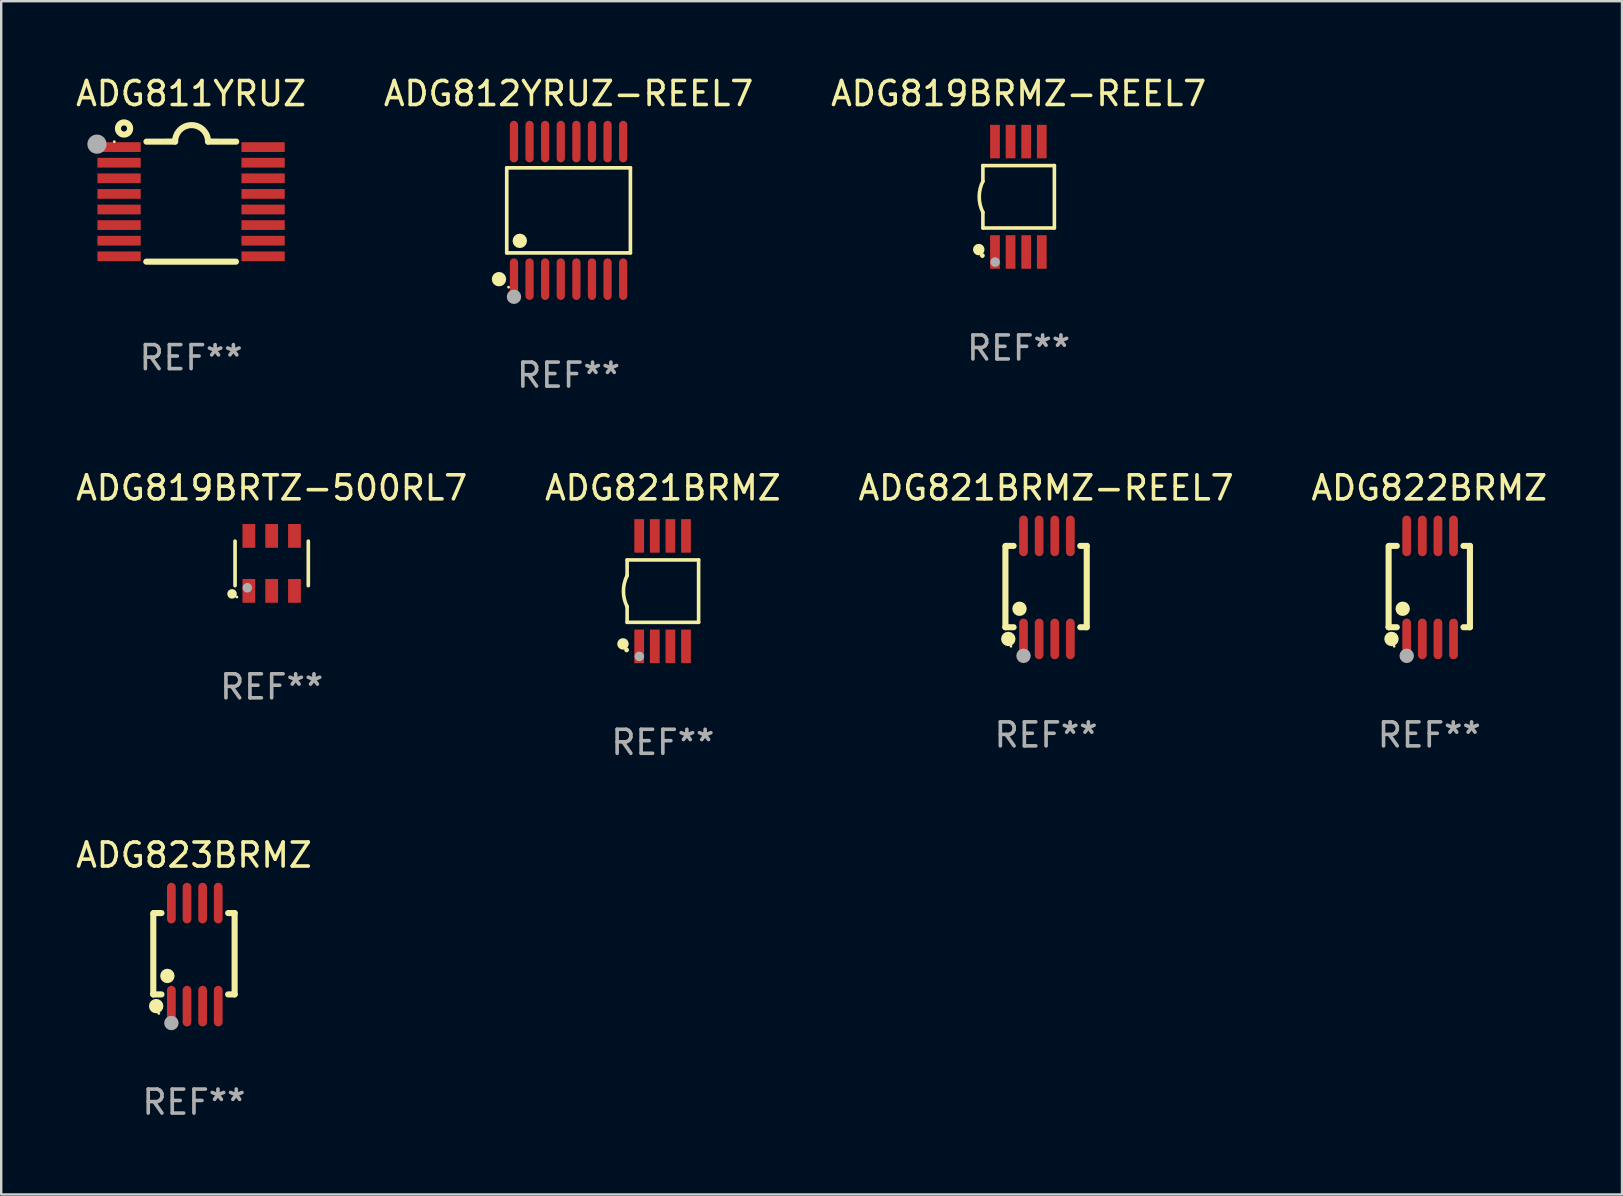
<source format=kicad_pcb>
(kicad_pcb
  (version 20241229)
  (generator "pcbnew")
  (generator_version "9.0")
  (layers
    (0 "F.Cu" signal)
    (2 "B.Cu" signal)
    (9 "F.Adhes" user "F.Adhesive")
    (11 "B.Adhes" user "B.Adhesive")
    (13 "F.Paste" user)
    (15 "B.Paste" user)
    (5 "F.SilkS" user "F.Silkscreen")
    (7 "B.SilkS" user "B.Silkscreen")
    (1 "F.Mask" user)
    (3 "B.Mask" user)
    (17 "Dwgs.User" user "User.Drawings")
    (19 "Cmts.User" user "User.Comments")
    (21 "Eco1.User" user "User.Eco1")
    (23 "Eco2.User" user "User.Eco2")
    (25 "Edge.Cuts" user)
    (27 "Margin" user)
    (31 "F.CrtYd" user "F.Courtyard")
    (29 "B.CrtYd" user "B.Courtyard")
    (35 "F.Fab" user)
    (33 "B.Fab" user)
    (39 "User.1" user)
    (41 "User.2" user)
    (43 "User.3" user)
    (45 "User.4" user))
  (footprint "ADG821BRMZ"
    (layer "F.Cu")
    (at 24.565 21.576)
    (property "Reference" "ADG821BRMZ" (at 0 -4.3 0) (layer "F.SilkS") (effects (font (size 1 1) (thickness 0.15))))
    (attr through_hole)
    (fp_line (start -1.489 -1.3) (end -1.489 -0.648) (stroke (width 0.15) (type solid)) (layer "F.SilkS"))
    (fp_line (start -1.489 0.648) (end -1.489 1.3) (stroke (width 0.15) (type solid)) (layer "F.SilkS"))
    (fp_line (start -1.489 1.3) (end 1.489 1.3) (stroke (width 0.15) (type solid)) (layer "F.SilkS"))
    (fp_line (start 1.489 -1.3) (end -1.489 -1.3) (stroke (width 0.15) (type solid)) (layer "F.SilkS"))
    (fp_line (start 1.489 1.3) (end 1.489 -1.3) (stroke (width 0.15) (type solid)) (layer "F.SilkS"))
    (fp_arc (start -1.489205 0.647702) (mid -1.642107 0) (end -1.489205 -0.647701) (stroke (width 0.150013) (type solid)) (layer "F.SilkS"))
    (fp_circle (center -1.661 2.2) (end -1.541 2.2) (stroke (width 0.24) (type solid)) (fill no) (layer "F.SilkS"))
    (fp_circle (center -1.511 2.45) (end -1.461 2.45) (stroke (width 0.1) (type solid)) (fill no) (layer "F.SilkS"))
    (fp_circle (center -0.981 2.72) (end -0.881 2.72) (stroke (width 0.2) (type solid)) (fill no) (layer "F.Fab"))
    (fp_text user "REF**" (at 0 6.3 0) (layer "F.Fab") (effects (font (size 1 1) (thickness 0.15))))
    (pad "1" smd rect (at -0.986 2.3) (size 0.406 1.397) (layers "F.Cu" "F.Mask" "F.Paste"))
    (pad "2" smd rect (at -0.336 2.3) (size 0.406 1.397) (layers "F.Cu" "F.Mask" "F.Paste"))
    (pad "3" smd rect (at 0.314 2.3) (size 0.406 1.397) (layers "F.Cu" "F.Mask" "F.Paste"))
    (pad "4" smd rect (at 0.964 2.3) (size 0.406 1.397) (layers "F.Cu" "F.Mask" "F.Paste"))
    (pad "5" smd rect (at 0.964 -2.3) (size 0.406 1.397) (layers "F.Cu" "F.Mask" "F.Paste"))
    (pad "6" smd rect (at 0.314 -2.3) (size 0.406 1.397) (layers "F.Cu" "F.Mask" "F.Paste"))
    (pad "7" smd rect (at -0.336 -2.3) (size 0.406 1.397) (layers "F.Cu" "F.Mask" "F.Paste"))
    (pad "8" smd rect (at -0.986 -2.3) (size 0.406 1.397) (layers "F.Cu" "F.Mask" "F.Paste")))
  (footprint "ADG812YRUZ-REEL7"
    (layer "F.Cu")
    (at 20.637 5.714)
    (property "Reference" "ADG812YRUZ-REEL7" (at 0 -4.866 0) (layer "F.SilkS") (effects (font (size 1 1) (thickness 0.15))))
    (attr through_hole)
    (fp_line (start -2.576 -1.772) (end 2.576 -1.772) (stroke (width 0.152) (type solid)) (layer "F.SilkS"))
    (fp_line (start -2.576 1.771) (end -2.576 -1.772) (stroke (width 0.152) (type solid)) (layer "F.SilkS"))
    (fp_line (start 2.576 -1.772) (end 2.576 1.771) (stroke (width 0.152) (type solid)) (layer "F.SilkS"))
    (fp_line (start 2.576 1.771) (end -2.576 1.771) (stroke (width 0.152) (type solid)) (layer "F.SilkS"))
    (fp_circle (center -2.899 2.866) (end -2.749 2.866) (stroke (width 0.3) (type solid)) (fill no) (layer "F.SilkS"))
    (fp_circle (center -2.5 3.2) (end -2.47 3.2) (stroke (width 0.06) (type solid)) (fill no) (layer "F.SilkS"))
    (fp_circle (center -2.032 1.27) (end -1.882 1.27) (stroke (width 0.3) (type solid)) (fill no) (layer "F.SilkS"))
    (fp_circle (center -2.275 3.6) (end -2.125 3.6) (stroke (width 0.3) (type solid)) (fill no) (layer "F.Fab"))
    (fp_text user "REF**" (at 0 6.866 0) (layer "F.Fab") (effects (font (size 1 1) (thickness 0.15))))
    (pad "1" smd oval (at -2.275 2.866) (size 0.343 1.731) (layers "F.Cu" "F.Mask" "F.Paste"))
    (pad "2" smd oval (at -1.625 2.866) (size 0.343 1.731) (layers "F.Cu" "F.Mask" "F.Paste"))
    (pad "3" smd oval (at -0.975 2.866) (size 0.343 1.731) (layers "F.Cu" "F.Mask" "F.Paste"))
    (pad "4" smd oval (at -0.325 2.866) (size 0.343 1.731) (layers "F.Cu" "F.Mask" "F.Paste"))
    (pad "5" smd oval (at 0.325 2.866) (size 0.343 1.731) (layers "F.Cu" "F.Mask" "F.Paste"))
    (pad "6" smd oval (at 0.975 2.866) (size 0.343 1.731) (layers "F.Cu" "F.Mask" "F.Paste"))
    (pad "7" smd oval (at 1.625 2.866) (size 0.343 1.731) (layers "F.Cu" "F.Mask" "F.Paste"))
    (pad "8" smd oval (at 2.275 2.866) (size 0.343 1.731) (layers "F.Cu" "F.Mask" "F.Paste"))
    (pad "9" smd oval (at 2.275 -2.866) (size 0.343 1.731) (layers "F.Cu" "F.Mask" "F.Paste"))
    (pad "10" smd oval (at 1.625 -2.866) (size 0.343 1.731) (layers "F.Cu" "F.Mask" "F.Paste"))
    (pad "11" smd oval (at 0.975 -2.866) (size 0.343 1.731) (layers "F.Cu" "F.Mask" "F.Paste"))
    (pad "12" smd oval (at 0.325 -2.866) (size 0.343 1.731) (layers "F.Cu" "F.Mask" "F.Paste"))
    (pad "13" smd oval (at -0.325 -2.866) (size 0.343 1.731) (layers "F.Cu" "F.Mask" "F.Paste"))
    (pad "14" smd oval (at -0.975 -2.866) (size 0.343 1.731) (layers "F.Cu" "F.Mask" "F.Paste"))
    (pad "15" smd oval (at -1.625 -2.866) (size 0.343 1.731) (layers "F.Cu" "F.Mask" "F.Paste"))
    (pad "16" smd oval (at -2.275 -2.866) (size 0.343 1.731) (layers "F.Cu" "F.Mask" "F.Paste")))
  (footprint "ADG821BRMZ-REEL7"
    (layer "F.Cu")
    (at 40.53 21.422)
    (property "Reference" "ADG821BRMZ-REEL7" (at 0 -4.146 0) (layer "F.SilkS") (effects (font (size 1 1) (thickness 0.15))))
    (attr through_hole)
    (fp_line (start -1.694 -1.724) (end -1.694 1.652) (stroke (width 0.254) (type solid)) (layer "F.SilkS"))
    (fp_line (start -1.694 1.652) (end -1.688 1.658) (stroke (width 0.254) (type solid)) (layer "F.SilkS"))
    (fp_line (start -1.688 1.658) (end -1.353 1.658) (stroke (width 0.254) (type solid)) (layer "F.SilkS"))
    (fp_line (start -1.661 -1.73) (end -1.681 -1.71) (stroke (width 0.254) (type solid)) (layer "F.SilkS"))
    (fp_line (start -1.353 -1.73) (end -1.661 -1.73) (stroke (width 0.254) (type solid)) (layer "F.SilkS"))
    (fp_line (start 1.424 1.658) (end 1.694 1.658) (stroke (width 0.254) (type solid)) (layer "F.SilkS"))
    (fp_line (start 1.694 -1.73) (end 1.424 -1.73) (stroke (width 0.254) (type solid)) (layer "F.SilkS"))
    (fp_line (start 1.694 1.658) (end 1.694 -1.73) (stroke (width 0.254) (type solid)) (layer "F.SilkS"))
    (fp_circle (center -1.574 2.146) (end -1.424 2.146) (stroke (width 0.3) (type solid)) (fill no) (layer "F.SilkS"))
    (fp_circle (center -1.464 2.45) (end -1.434 2.45) (stroke (width 0.06) (type solid)) (fill no) (layer "F.SilkS"))
    (fp_circle (center -1.107 0.889) (end -0.957 0.889) (stroke (width 0.3) (type solid)) (fill no) (layer "F.SilkS"))
    (fp_circle (center -0.94 2.85) (end -0.789 2.85) (stroke (width 0.3) (type solid)) (fill no) (layer "F.Fab"))
    (fp_text user "REF**" (at 0 6.146 0) (layer "F.Fab") (effects (font (size 1 1) (thickness 0.15))))
    (pad "1" smd oval (at -0.94 2.146) (size 0.364 1.692) (layers "F.Cu" "F.Mask" "F.Paste"))
    (pad "2" smd oval (at -0.289 2.146) (size 0.364 1.692) (layers "F.Cu" "F.Mask" "F.Paste"))
    (pad "3" smd oval (at 0.361 2.146) (size 0.364 1.692) (layers "F.Cu" "F.Mask" "F.Paste"))
    (pad "4" smd oval (at 1.011 2.146) (size 0.364 1.692) (layers "F.Cu" "F.Mask" "F.Paste"))
    (pad "5" smd oval (at 1.011 -2.146) (size 0.364 1.692) (layers "F.Cu" "F.Mask" "F.Paste"))
    (pad "6" smd oval (at 0.361 -2.146) (size 0.364 1.692) (layers "F.Cu" "F.Mask" "F.Paste"))
    (pad "7" smd oval (at -0.289 -2.146) (size 0.364 1.692) (layers "F.Cu" "F.Mask" "F.Paste"))
    (pad "8" smd oval (at -0.94 -2.146) (size 0.364 1.692) (layers "F.Cu" "F.Mask" "F.Paste")))
  (footprint "ADG811YRUZ"
    (layer "F.Cu")
    (at 4.911 5.35)
    (property "Reference" "ADG811YRUZ" (at 0 -4.501 0) (layer "F.SilkS") (effects (font (size 1 1) (thickness 0.15))))
    (attr through_hole)
    (fp_line (start -1.868 2.501) (end 1.868 2.501) (stroke (width 0.254) (type solid)) (layer "F.SilkS"))
    (fp_line (start -1.86 -2.499) (end -0.666 -2.501) (stroke (width 0.254) (type solid)) (layer "F.SilkS"))
    (fp_line (start 0.706 -2.501) (end 1.88 -2.499) (stroke (width 0.254) (type solid)) (layer "F.SilkS"))
    (fp_arc (start -0.665914 -2.501448) (mid 0.019888 -3.18725) (end 0.70569 -2.501448) (stroke (width 0.254001) (type solid)) (layer "F.SilkS"))
    (fp_circle (center -3.2 -2.497) (end -3.17 -2.497) (stroke (width 0.06) (type solid)) (fill no) (layer "F.SilkS"))
    (fp_circle (center -2.794 -3.047) (end -2.54 -3.047) (stroke (width 0.254) (type solid)) (fill no) (layer "F.SilkS"))
    (fp_circle (center -3.921 -2.395) (end -3.721 -2.395) (stroke (width 0.4) (type solid)) (fill no) (layer "F.Fab"))
    (fp_text user "REF**" (at 0 6.501 0) (layer "F.Fab") (effects (font (size 1 1) (thickness 0.15))))
    (pad "1" smd rect (at -3 -2.272) (size 1.803 0.406) (layers "F.Cu" "F.Mask" "F.Paste"))
    (pad "2" smd rect (at -3 -1.622) (size 1.803 0.406) (layers "F.Cu" "F.Mask" "F.Paste"))
    (pad "3" smd rect (at -3 -0.972) (size 1.803 0.406) (layers "F.Cu" "F.Mask" "F.Paste"))
    (pad "4" smd rect (at -3 -0.322) (size 1.803 0.406) (layers "F.Cu" "F.Mask" "F.Paste"))
    (pad "5" smd rect (at -3 0.328) (size 1.803 0.406) (layers "F.Cu" "F.Mask" "F.Paste"))
    (pad "6" smd rect (at -3 0.978) (size 1.803 0.406) (layers "F.Cu" "F.Mask" "F.Paste"))
    (pad "7" smd rect (at -3 1.628) (size 1.803 0.406) (layers "F.Cu" "F.Mask" "F.Paste"))
    (pad "8" smd rect (at -3 2.278) (size 1.803 0.406) (layers "F.Cu" "F.Mask" "F.Paste"))
    (pad "9" smd rect (at 3 2.278) (size 1.803 0.406) (layers "F.Cu" "F.Mask" "F.Paste"))
    (pad "10" smd rect (at 3 1.628) (size 1.803 0.406) (layers "F.Cu" "F.Mask" "F.Paste"))
    (pad "11" smd rect (at 3 0.978) (size 1.803 0.406) (layers "F.Cu" "F.Mask" "F.Paste"))
    (pad "12" smd rect (at 3 0.328) (size 1.803 0.406) (layers "F.Cu" "F.Mask" "F.Paste"))
    (pad "13" smd rect (at 3 -0.322) (size 1.803 0.406) (layers "F.Cu" "F.Mask" "F.Paste"))
    (pad "14" smd rect (at 3 -0.972) (size 1.803 0.406) (layers "F.Cu" "F.Mask" "F.Paste"))
    (pad "15" smd rect (at 3 -1.622) (size 1.803 0.406) (layers "F.Cu" "F.Mask" "F.Paste"))
    (pad "16" smd rect (at 3 -2.272) (size 1.803 0.406) (layers "F.Cu" "F.Mask" "F.Paste")))
  (footprint "ADG819BRMZ-REEL7"
    (layer "F.Cu")
    (at 39.387 5.148)
    (property "Reference" "ADG819BRMZ-REEL7" (at 0 -4.3 0) (layer "F.SilkS") (effects (font (size 1 1) (thickness 0.15))))
    (attr through_hole)
    (fp_line (start -1.489 -1.3) (end -1.489 -0.648) (stroke (width 0.15) (type solid)) (layer "F.SilkS"))
    (fp_line (start -1.489 0.648) (end -1.489 1.3) (stroke (width 0.15) (type solid)) (layer "F.SilkS"))
    (fp_line (start -1.489 1.3) (end 1.489 1.3) (stroke (width 0.15) (type solid)) (layer "F.SilkS"))
    (fp_line (start 1.489 -1.3) (end -1.489 -1.3) (stroke (width 0.15) (type solid)) (layer "F.SilkS"))
    (fp_line (start 1.489 1.3) (end 1.489 -1.3) (stroke (width 0.15) (type solid)) (layer "F.SilkS"))
    (fp_arc (start -1.489205 0.647702) (mid -1.642107 0) (end -1.489205 -0.647701) (stroke (width 0.150013) (type solid)) (layer "F.SilkS"))
    (fp_circle (center -1.661 2.2) (end -1.541 2.2) (stroke (width 0.24) (type solid)) (fill no) (layer "F.SilkS"))
    (fp_circle (center -1.511 2.45) (end -1.461 2.45) (stroke (width 0.1) (type solid)) (fill no) (layer "F.SilkS"))
    (fp_circle (center -0.981 2.72) (end -0.881 2.72) (stroke (width 0.2) (type solid)) (fill no) (layer "F.Fab"))
    (fp_text user "REF**" (at 0 6.3 0) (layer "F.Fab") (effects (font (size 1 1) (thickness 0.15))))
    (pad "1" smd rect (at -0.986 2.3) (size 0.406 1.397) (layers "F.Cu" "F.Mask" "F.Paste"))
    (pad "2" smd rect (at -0.336 2.3) (size 0.406 1.397) (layers "F.Cu" "F.Mask" "F.Paste"))
    (pad "3" smd rect (at 0.314 2.3) (size 0.406 1.397) (layers "F.Cu" "F.Mask" "F.Paste"))
    (pad "4" smd rect (at 0.964 2.3) (size 0.406 1.397) (layers "F.Cu" "F.Mask" "F.Paste"))
    (pad "5" smd rect (at 0.964 -2.3) (size 0.406 1.397) (layers "F.Cu" "F.Mask" "F.Paste"))
    (pad "6" smd rect (at 0.314 -2.3) (size 0.406 1.397) (layers "F.Cu" "F.Mask" "F.Paste"))
    (pad "7" smd rect (at -0.336 -2.3) (size 0.406 1.397) (layers "F.Cu" "F.Mask" "F.Paste"))
    (pad "8" smd rect (at -0.986 -2.3) (size 0.406 1.397) (layers "F.Cu" "F.Mask" "F.Paste")))
  (footprint "ADG823BRMZ"
    (layer "F.Cu")
    (at 5.03 36.719)
    (property "Reference" "ADG823BRMZ" (at 0 -4.146 0) (layer "F.SilkS") (effects (font (size 1 1) (thickness 0.15))))
    (attr through_hole)
    (fp_line (start -1.694 -1.724) (end -1.694 1.652) (stroke (width 0.254) (type solid)) (layer "F.SilkS"))
    (fp_line (start -1.694 1.652) (end -1.688 1.658) (stroke (width 0.254) (type solid)) (layer "F.SilkS"))
    (fp_line (start -1.688 1.658) (end -1.353 1.658) (stroke (width 0.254) (type solid)) (layer "F.SilkS"))
    (fp_line (start -1.661 -1.73) (end -1.681 -1.71) (stroke (width 0.254) (type solid)) (layer "F.SilkS"))
    (fp_line (start -1.353 -1.73) (end -1.661 -1.73) (stroke (width 0.254) (type solid)) (layer "F.SilkS"))
    (fp_line (start 1.424 1.658) (end 1.694 1.658) (stroke (width 0.254) (type solid)) (layer "F.SilkS"))
    (fp_line (start 1.694 -1.73) (end 1.424 -1.73) (stroke (width 0.254) (type solid)) (layer "F.SilkS"))
    (fp_line (start 1.694 1.658) (end 1.694 -1.73) (stroke (width 0.254) (type solid)) (layer "F.SilkS"))
    (fp_circle (center -1.574 2.146) (end -1.424 2.146) (stroke (width 0.3) (type solid)) (fill no) (layer "F.SilkS"))
    (fp_circle (center -1.464 2.45) (end -1.434 2.45) (stroke (width 0.06) (type solid)) (fill no) (layer "F.SilkS"))
    (fp_circle (center -1.107 0.889) (end -0.957 0.889) (stroke (width 0.3) (type solid)) (fill no) (layer "F.SilkS"))
    (fp_circle (center -0.94 2.85) (end -0.789 2.85) (stroke (width 0.3) (type solid)) (fill no) (layer "F.Fab"))
    (fp_text user "REF**" (at 0 6.146 0) (layer "F.Fab") (effects (font (size 1 1) (thickness 0.15))))
    (pad "1" smd oval (at -0.94 2.146) (size 0.364 1.692) (layers "F.Cu" "F.Mask" "F.Paste"))
    (pad "2" smd oval (at -0.289 2.146) (size 0.364 1.692) (layers "F.Cu" "F.Mask" "F.Paste"))
    (pad "3" smd oval (at 0.361 2.146) (size 0.364 1.692) (layers "F.Cu" "F.Mask" "F.Paste"))
    (pad "4" smd oval (at 1.011 2.146) (size 0.364 1.692) (layers "F.Cu" "F.Mask" "F.Paste"))
    (pad "5" smd oval (at 1.011 -2.146) (size 0.364 1.692) (layers "F.Cu" "F.Mask" "F.Paste"))
    (pad "6" smd oval (at 0.361 -2.146) (size 0.364 1.692) (layers "F.Cu" "F.Mask" "F.Paste"))
    (pad "7" smd oval (at -0.289 -2.146) (size 0.364 1.692) (layers "F.Cu" "F.Mask" "F.Paste"))
    (pad "8" smd oval (at -0.94 -2.146) (size 0.364 1.692) (layers "F.Cu" "F.Mask" "F.Paste")))
  (footprint "ADG822BRMZ"
    (layer "F.Cu")
    (at 56.494 21.422)
    (property "Reference" "ADG822BRMZ" (at 0 -4.146 0) (layer "F.SilkS") (effects (font (size 1 1) (thickness 0.15))))
    (attr through_hole)
    (fp_line (start -1.694 -1.724) (end -1.694 1.652) (stroke (width 0.254) (type solid)) (layer "F.SilkS"))
    (fp_line (start -1.694 1.652) (end -1.688 1.658) (stroke (width 0.254) (type solid)) (layer "F.SilkS"))
    (fp_line (start -1.688 1.658) (end -1.353 1.658) (stroke (width 0.254) (type solid)) (layer "F.SilkS"))
    (fp_line (start -1.661 -1.73) (end -1.681 -1.71) (stroke (width 0.254) (type solid)) (layer "F.SilkS"))
    (fp_line (start -1.353 -1.73) (end -1.661 -1.73) (stroke (width 0.254) (type solid)) (layer "F.SilkS"))
    (fp_line (start 1.424 1.658) (end 1.694 1.658) (stroke (width 0.254) (type solid)) (layer "F.SilkS"))
    (fp_line (start 1.694 -1.73) (end 1.424 -1.73) (stroke (width 0.254) (type solid)) (layer "F.SilkS"))
    (fp_line (start 1.694 1.658) (end 1.694 -1.73) (stroke (width 0.254) (type solid)) (layer "F.SilkS"))
    (fp_circle (center -1.574 2.146) (end -1.424 2.146) (stroke (width 0.3) (type solid)) (fill no) (layer "F.SilkS"))
    (fp_circle (center -1.464 2.45) (end -1.434 2.45) (stroke (width 0.06) (type solid)) (fill no) (layer "F.SilkS"))
    (fp_circle (center -1.107 0.889) (end -0.957 0.889) (stroke (width 0.3) (type solid)) (fill no) (layer "F.SilkS"))
    (fp_circle (center -0.94 2.85) (end -0.789 2.85) (stroke (width 0.3) (type solid)) (fill no) (layer "F.Fab"))
    (fp_text user "REF**" (at 0 6.146 0) (layer "F.Fab") (effects (font (size 1 1) (thickness 0.15))))
    (pad "1" smd oval (at -0.94 2.146) (size 0.364 1.692) (layers "F.Cu" "F.Mask" "F.Paste"))
    (pad "2" smd oval (at -0.289 2.146) (size 0.364 1.692) (layers "F.Cu" "F.Mask" "F.Paste"))
    (pad "3" smd oval (at 0.361 2.146) (size 0.364 1.692) (layers "F.Cu" "F.Mask" "F.Paste"))
    (pad "4" smd oval (at 1.011 2.146) (size 0.364 1.692) (layers "F.Cu" "F.Mask" "F.Paste"))
    (pad "5" smd oval (at 1.011 -2.146) (size 0.364 1.692) (layers "F.Cu" "F.Mask" "F.Paste"))
    (pad "6" smd oval (at 0.361 -2.146) (size 0.364 1.692) (layers "F.Cu" "F.Mask" "F.Paste"))
    (pad "7" smd oval (at -0.289 -2.146) (size 0.364 1.692) (layers "F.Cu" "F.Mask" "F.Paste"))
    (pad "8" smd oval (at -0.94 -2.146) (size 0.364 1.692) (layers "F.Cu" "F.Mask" "F.Paste")))
  (footprint "ADG819BRTZ-500RL7"
    (layer "F.Cu")
    (at 8.268 20.421)
    (property "Reference" "ADG819BRTZ-500RL7" (at 0 -3.145 0) (layer "F.SilkS") (effects (font (size 1 1) (thickness 0.15))))
    (attr through_hole)
    (fp_line (start -1.526 0.926) (end -1.526 -0.926) (stroke (width 0.152) (type solid)) (layer "F.SilkS"))
    (fp_line (start 1.526 0.926) (end 1.526 -0.926) (stroke (width 0.152) (type solid)) (layer "F.SilkS"))
    (fp_circle (center -1.651 1.27) (end -1.551 1.27) (stroke (width 0.2) (type solid)) (fill no) (layer "F.SilkS"))
    (fp_circle (center -1.45 1.4) (end -1.42 1.4) (stroke (width 0.06) (type solid)) (fill no) (layer "F.SilkS"))
    (fp_circle (center -1.016 1.016) (end -0.916 1.016) (stroke (width 0.2) (type solid)) (fill no) (layer "F.Fab"))
    (fp_text user "REF**" (at 0 5.145 0) (layer "F.Fab") (effects (font (size 1 1) (thickness 0.15))))
    (pad "1" smd rect (at -0.95 1.145) (size 0.532 0.99) (layers "F.Cu" "F.Mask" "F.Paste"))
    (pad "2" smd rect (at -0.000013 1.145) (size 0.532 0.99) (layers "F.Cu" "F.Mask" "F.Paste"))
    (pad "3" smd rect (at 0.95 1.145) (size 0.532 0.99) (layers "F.Cu" "F.Mask" "F.Paste"))
    (pad "4" smd rect (at 0.95 -1.145) (size 0.532 0.99) (layers "F.Cu" "F.Mask" "F.Paste"))
    (pad "5" smd rect (at -0.000013 -1.145) (size 0.532 0.99) (layers "F.Cu" "F.Mask" "F.Paste"))
    (pad "6" smd rect (at -0.95 -1.145) (size 0.532 0.99) (layers "F.Cu" "F.Mask" "F.Paste")))
  (gr_rect
    (start -3 -3)
    (end 64.524 46.713)
    (stroke (width 0.1) (type default))
    (fill no)
    (layer "Edge.Cuts")))
</source>
